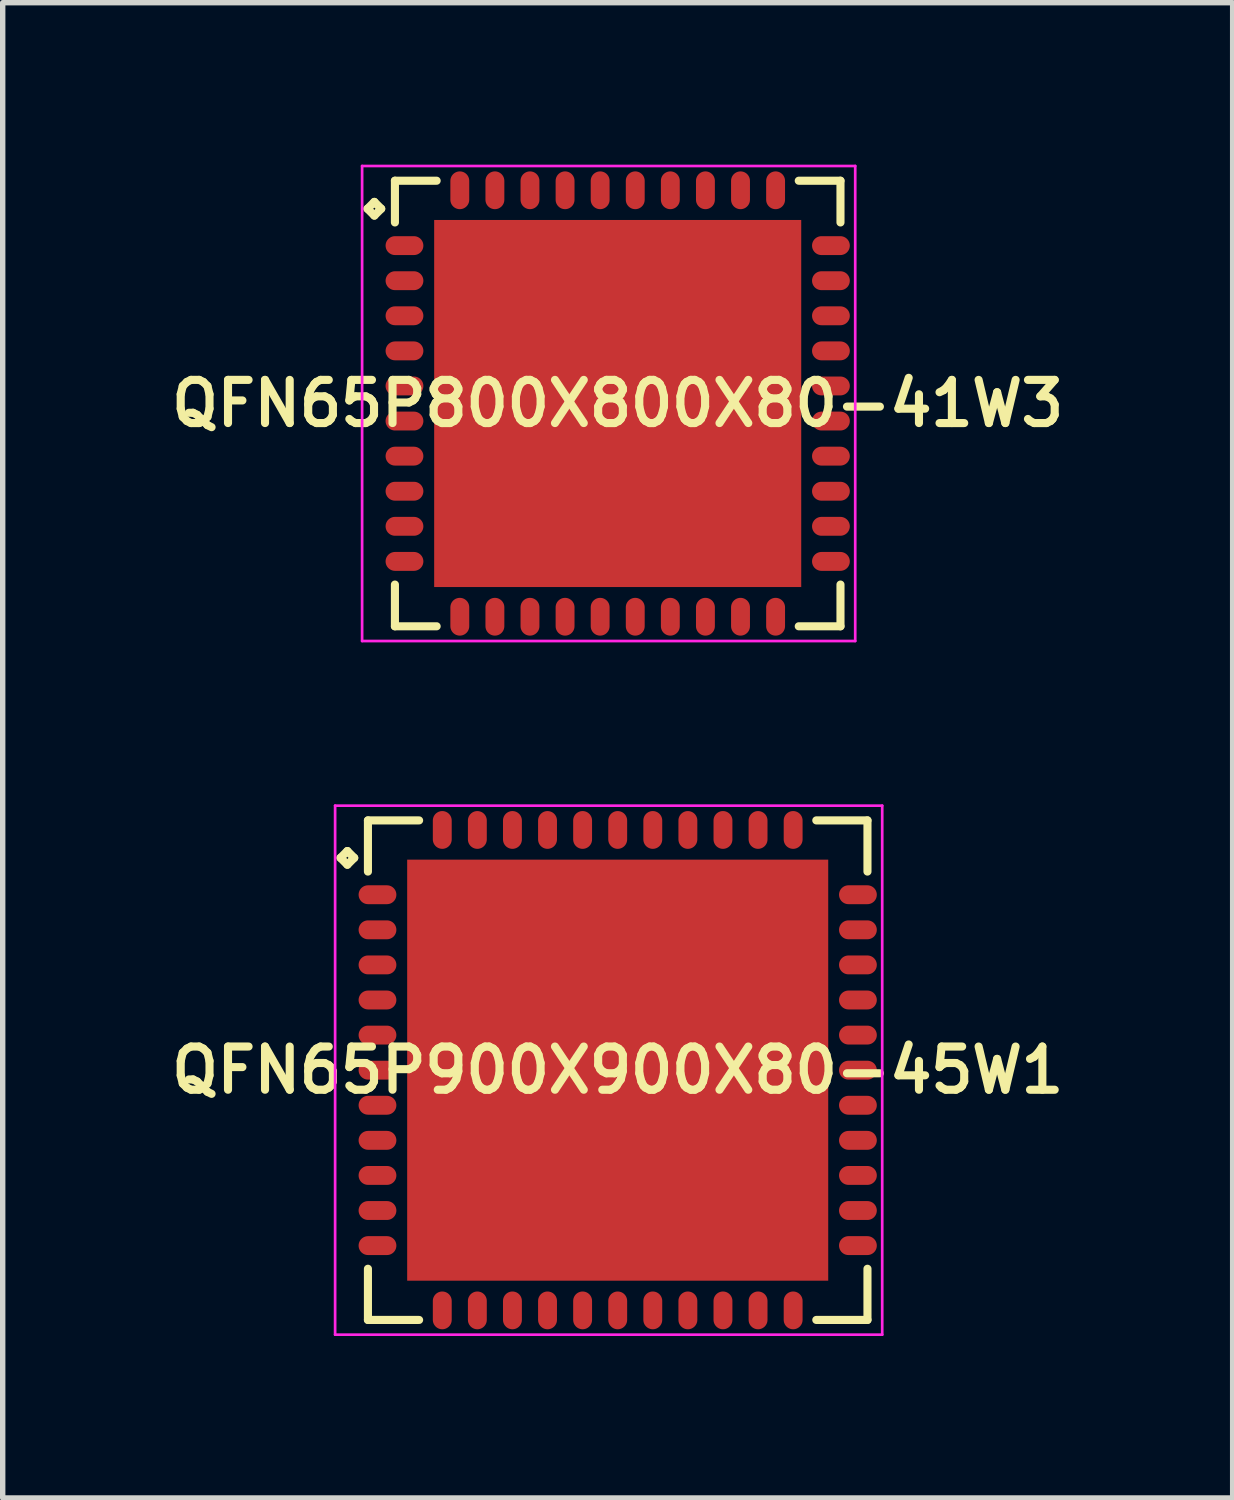
<source format=kicad_pcb>
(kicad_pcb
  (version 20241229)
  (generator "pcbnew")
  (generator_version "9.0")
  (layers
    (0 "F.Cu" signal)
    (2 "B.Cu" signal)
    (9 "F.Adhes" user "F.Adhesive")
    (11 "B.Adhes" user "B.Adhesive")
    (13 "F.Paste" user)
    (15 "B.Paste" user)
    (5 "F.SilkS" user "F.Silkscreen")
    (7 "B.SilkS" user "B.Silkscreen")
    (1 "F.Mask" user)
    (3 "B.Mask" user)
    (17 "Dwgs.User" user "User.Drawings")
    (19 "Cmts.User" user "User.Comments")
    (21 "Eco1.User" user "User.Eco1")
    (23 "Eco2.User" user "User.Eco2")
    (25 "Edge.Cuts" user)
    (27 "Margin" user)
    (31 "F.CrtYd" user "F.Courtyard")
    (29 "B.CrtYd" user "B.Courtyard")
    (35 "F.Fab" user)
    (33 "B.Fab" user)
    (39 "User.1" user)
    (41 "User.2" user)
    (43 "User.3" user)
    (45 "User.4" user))
  (footprint "QFN65P800X800X80-41W3"
    (layer "F.Cu")
    (at 8.393 4.425)
    (property "Reference" "QFN65P800X800X80-41W3" (at 0 0 0) (layer "F.SilkS") (effects (font (size 0.8 0.8) (thickness 0.15))))
    (attr smd)
    (fp_line (start -4.635 -3.608) (end -4.508 -3.735) (stroke (width 0.15) (type solid)) (layer "F.SilkS"))
    (fp_line (start -4.508 -3.735) (end -4.381 -3.608) (stroke (width 0.15) (type solid)) (layer "F.SilkS"))
    (fp_line (start -4.508 -3.481) (end -4.635 -3.608) (stroke (width 0.15) (type solid)) (layer "F.SilkS"))
    (fp_line (start -4.381 -3.608) (end -4.508 -3.481) (stroke (width 0.15) (type solid)) (layer "F.SilkS"))
    (fp_line (start -4.127 -4.127) (end -3.354 -4.127) (stroke (width 0.15) (type solid)) (layer "F.SilkS"))
    (fp_line (start -4.127 -3.354) (end -4.127 -4.127) (stroke (width 0.15) (type solid)) (layer "F.SilkS"))
    (fp_line (start -4.127 3.354) (end -4.127 4.127) (stroke (width 0.15) (type solid)) (layer "F.SilkS"))
    (fp_line (start -4.127 4.127) (end -3.354 4.127) (stroke (width 0.15) (type solid)) (layer "F.SilkS"))
    (fp_line (start 3.354 -4.127) (end 4.127 -4.127) (stroke (width 0.15) (type solid)) (layer "F.SilkS"))
    (fp_line (start 3.354 4.127) (end 4.127 4.127) (stroke (width 0.15) (type solid)) (layer "F.SilkS"))
    (fp_line (start 4.127 -4.127) (end 4.127 -3.354) (stroke (width 0.15) (type solid)) (layer "F.SilkS"))
    (fp_line (start 4.127 4.127) (end 4.127 3.354) (stroke (width 0.15) (type solid)) (layer "F.SilkS"))
    (fp_line (start -4.735 -4.4) (end 4.4 -4.4) (stroke (width 0.05) (type solid)) (layer "F.CrtYd"))
    (fp_line (start -4.735 4.4) (end -4.735 -4.4) (stroke (width 0.05) (type solid)) (layer "F.CrtYd"))
    (fp_line (start 4.4 -4.4) (end 4.4 4.4) (stroke (width 0.05) (type solid)) (layer "F.CrtYd"))
    (fp_line (start 4.4 4.4) (end -4.735 4.4) (stroke (width 0.05) (type solid)) (layer "F.CrtYd"))
    (pad "1" smd oval (at -3.95 -2.925) (size 0.7 0.35) (layers "F.Cu" "F.Mask" "F.Paste"))
    (pad "2" smd oval (at -3.95 -2.275) (size 0.7 0.35) (layers "F.Cu" "F.Mask" "F.Paste"))
    (pad "3" smd oval (at -3.95 -1.625) (size 0.7 0.35) (layers "F.Cu" "F.Mask" "F.Paste"))
    (pad "4" smd oval (at -3.95 -0.975) (size 0.7 0.35) (layers "F.Cu" "F.Mask" "F.Paste"))
    (pad "5" smd oval (at -3.95 -0.325) (size 0.7 0.35) (layers "F.Cu" "F.Mask" "F.Paste"))
    (pad "6" smd oval (at -3.95 0.325) (size 0.7 0.35) (layers "F.Cu" "F.Mask" "F.Paste"))
    (pad "7" smd oval (at -3.95 0.975) (size 0.7 0.35) (layers "F.Cu" "F.Mask" "F.Paste"))
    (pad "8" smd oval (at -3.95 1.625) (size 0.7 0.35) (layers "F.Cu" "F.Mask" "F.Paste"))
    (pad "9" smd oval (at -3.95 2.275) (size 0.7 0.35) (layers "F.Cu" "F.Mask" "F.Paste"))
    (pad "10" smd oval (at -3.95 2.925) (size 0.7 0.35) (layers "F.Cu" "F.Mask" "F.Paste"))
    (pad "11" smd oval (at -2.925 3.95) (size 0.35 0.7) (layers "F.Cu" "F.Mask" "F.Paste"))
    (pad "12" smd oval (at -2.275 3.95) (size 0.35 0.7) (layers "F.Cu" "F.Mask" "F.Paste"))
    (pad "13" smd oval (at -1.625 3.95) (size 0.35 0.7) (layers "F.Cu" "F.Mask" "F.Paste"))
    (pad "14" smd oval (at -0.975 3.95) (size 0.35 0.7) (layers "F.Cu" "F.Mask" "F.Paste"))
    (pad "15" smd oval (at -0.325 3.95) (size 0.35 0.7) (layers "F.Cu" "F.Mask" "F.Paste"))
    (pad "16" smd oval (at 0.325 3.95) (size 0.35 0.7) (layers "F.Cu" "F.Mask" "F.Paste"))
    (pad "17" smd oval (at 0.975 3.95) (size 0.35 0.7) (layers "F.Cu" "F.Mask" "F.Paste"))
    (pad "18" smd oval (at 1.625 3.95) (size 0.35 0.7) (layers "F.Cu" "F.Mask" "F.Paste"))
    (pad "19" smd oval (at 2.275 3.95) (size 0.35 0.7) (layers "F.Cu" "F.Mask" "F.Paste"))
    (pad "20" smd oval (at 2.925 3.95) (size 0.35 0.7) (layers "F.Cu" "F.Mask" "F.Paste"))
    (pad "21" smd oval (at 3.95 2.925) (size 0.7 0.35) (layers "F.Cu" "F.Mask" "F.Paste"))
    (pad "22" smd oval (at 3.95 2.275) (size 0.7 0.35) (layers "F.Cu" "F.Mask" "F.Paste"))
    (pad "23" smd oval (at 3.95 1.625) (size 0.7 0.35) (layers "F.Cu" "F.Mask" "F.Paste"))
    (pad "24" smd oval (at 3.95 0.975) (size 0.7 0.35) (layers "F.Cu" "F.Mask" "F.Paste"))
    (pad "25" smd oval (at 3.95 0.325) (size 0.7 0.35) (layers "F.Cu" "F.Mask" "F.Paste"))
    (pad "26" smd oval (at 3.95 -0.325) (size 0.7 0.35) (layers "F.Cu" "F.Mask" "F.Paste"))
    (pad "27" smd oval (at 3.95 -0.975) (size 0.7 0.35) (layers "F.Cu" "F.Mask" "F.Paste"))
    (pad "28" smd oval (at 3.95 -1.625) (size 0.7 0.35) (layers "F.Cu" "F.Mask" "F.Paste"))
    (pad "29" smd oval (at 3.95 -2.275) (size 0.7 0.35) (layers "F.Cu" "F.Mask" "F.Paste"))
    (pad "30" smd oval (at 3.95 -2.925) (size 0.7 0.35) (layers "F.Cu" "F.Mask" "F.Paste"))
    (pad "31" smd oval (at 2.925 -3.95) (size 0.35 0.7) (layers "F.Cu" "F.Mask" "F.Paste"))
    (pad "32" smd oval (at 2.275 -3.95) (size 0.35 0.7) (layers "F.Cu" "F.Mask" "F.Paste"))
    (pad "33" smd oval (at 1.625 -3.95) (size 0.35 0.7) (layers "F.Cu" "F.Mask" "F.Paste"))
    (pad "34" smd oval (at 0.975 -3.95) (size 0.35 0.7) (layers "F.Cu" "F.Mask" "F.Paste"))
    (pad "35" smd oval (at 0.325 -3.95) (size 0.35 0.7) (layers "F.Cu" "F.Mask" "F.Paste"))
    (pad "36" smd oval (at -0.325 -3.95) (size 0.35 0.7) (layers "F.Cu" "F.Mask" "F.Paste"))
    (pad "37" smd oval (at -0.975 -3.95) (size 0.35 0.7) (layers "F.Cu" "F.Mask" "F.Paste"))
    (pad "38" smd oval (at -1.625 -3.95) (size 0.35 0.7) (layers "F.Cu" "F.Mask" "F.Paste"))
    (pad "39" smd oval (at -2.275 -3.95) (size 0.35 0.7) (layers "F.Cu" "F.Mask" "F.Paste"))
    (pad "40" smd oval (at -2.925 -3.95) (size 0.35 0.7) (layers "F.Cu" "F.Mask" "F.Paste"))
    (pad "41" smd rect (at 0 0) (size 6.8 6.8) (layers "F.Cu" "F.Mask" "F.Paste")))
  (footprint "QFN65P900X900X80-45W1"
    (layer "F.Cu")
    (at 8.393 16.775)
    (property "Reference" "QFN65P900X900X80-45W1" (at 0 0 0) (layer "F.SilkS") (effects (font (size 0.8 0.8) (thickness 0.15))))
    (attr smd)
    (fp_line (start -5.135 -3.933) (end -5.008 -4.06) (stroke (width 0.15) (type solid)) (layer "F.SilkS"))
    (fp_line (start -5.008 -4.06) (end -4.881 -3.933) (stroke (width 0.15) (type solid)) (layer "F.SilkS"))
    (fp_line (start -5.008 -3.806) (end -5.135 -3.933) (stroke (width 0.15) (type solid)) (layer "F.SilkS"))
    (fp_line (start -4.881 -3.933) (end -5.008 -3.806) (stroke (width 0.15) (type solid)) (layer "F.SilkS"))
    (fp_line (start -4.627 -4.627) (end -3.679 -4.627) (stroke (width 0.15) (type solid)) (layer "F.SilkS"))
    (fp_line (start -4.627 -3.679) (end -4.627 -4.627) (stroke (width 0.15) (type solid)) (layer "F.SilkS"))
    (fp_line (start -4.627 3.679) (end -4.627 4.627) (stroke (width 0.15) (type solid)) (layer "F.SilkS"))
    (fp_line (start -4.627 4.627) (end -3.679 4.627) (stroke (width 0.15) (type solid)) (layer "F.SilkS"))
    (fp_line (start 3.679 -4.627) (end 4.627 -4.627) (stroke (width 0.15) (type solid)) (layer "F.SilkS"))
    (fp_line (start 3.679 4.627) (end 4.627 4.627) (stroke (width 0.15) (type solid)) (layer "F.SilkS"))
    (fp_line (start 4.627 -4.627) (end 4.627 -3.679) (stroke (width 0.15) (type solid)) (layer "F.SilkS"))
    (fp_line (start 4.627 4.627) (end 4.627 3.679) (stroke (width 0.15) (type solid)) (layer "F.SilkS"))
    (fp_line (start -5.235 -4.9) (end 4.9 -4.9) (stroke (width 0.05) (type solid)) (layer "F.CrtYd"))
    (fp_line (start -5.235 4.9) (end -5.235 -4.9) (stroke (width 0.05) (type solid)) (layer "F.CrtYd"))
    (fp_line (start 4.9 -4.9) (end 4.9 4.9) (stroke (width 0.05) (type solid)) (layer "F.CrtYd"))
    (fp_line (start 4.9 4.9) (end -5.235 4.9) (stroke (width 0.05) (type solid)) (layer "F.CrtYd"))
    (pad "1" smd oval (at -4.45 -3.25) (size 0.7 0.35) (layers "F.Cu" "F.Mask" "F.Paste"))
    (pad "2" smd oval (at -4.45 -2.6) (size 0.7 0.35) (layers "F.Cu" "F.Mask" "F.Paste"))
    (pad "3" smd oval (at -4.45 -1.95) (size 0.7 0.35) (layers "F.Cu" "F.Mask" "F.Paste"))
    (pad "4" smd oval (at -4.45 -1.3) (size 0.7 0.35) (layers "F.Cu" "F.Mask" "F.Paste"))
    (pad "5" smd oval (at -4.45 -0.65) (size 0.7 0.35) (layers "F.Cu" "F.Mask" "F.Paste"))
    (pad "6" smd oval (at -4.45 0) (size 0.7 0.35) (layers "F.Cu" "F.Mask" "F.Paste"))
    (pad "7" smd oval (at -4.45 0.65) (size 0.7 0.35) (layers "F.Cu" "F.Mask" "F.Paste"))
    (pad "8" smd oval (at -4.45 1.3) (size 0.7 0.35) (layers "F.Cu" "F.Mask" "F.Paste"))
    (pad "9" smd oval (at -4.45 1.95) (size 0.7 0.35) (layers "F.Cu" "F.Mask" "F.Paste"))
    (pad "10" smd oval (at -4.45 2.6) (size 0.7 0.35) (layers "F.Cu" "F.Mask" "F.Paste"))
    (pad "11" smd oval (at -4.45 3.25) (size 0.7 0.35) (layers "F.Cu" "F.Mask" "F.Paste"))
    (pad "12" smd oval (at -3.25 4.45) (size 0.35 0.7) (layers "F.Cu" "F.Mask" "F.Paste"))
    (pad "13" smd oval (at -2.6 4.45) (size 0.35 0.7) (layers "F.Cu" "F.Mask" "F.Paste"))
    (pad "14" smd oval (at -1.95 4.45) (size 0.35 0.7) (layers "F.Cu" "F.Mask" "F.Paste"))
    (pad "15" smd oval (at -1.3 4.45) (size 0.35 0.7) (layers "F.Cu" "F.Mask" "F.Paste"))
    (pad "16" smd oval (at -0.65 4.45) (size 0.35 0.7) (layers "F.Cu" "F.Mask" "F.Paste"))
    (pad "17" smd oval (at 0 4.45) (size 0.35 0.7) (layers "F.Cu" "F.Mask" "F.Paste"))
    (pad "18" smd oval (at 0.65 4.45) (size 0.35 0.7) (layers "F.Cu" "F.Mask" "F.Paste"))
    (pad "19" smd oval (at 1.3 4.45) (size 0.35 0.7) (layers "F.Cu" "F.Mask" "F.Paste"))
    (pad "20" smd oval (at 1.95 4.45) (size 0.35 0.7) (layers "F.Cu" "F.Mask" "F.Paste"))
    (pad "21" smd oval (at 2.6 4.45) (size 0.35 0.7) (layers "F.Cu" "F.Mask" "F.Paste"))
    (pad "22" smd oval (at 3.25 4.45) (size 0.35 0.7) (layers "F.Cu" "F.Mask" "F.Paste"))
    (pad "23" smd oval (at 4.45 3.25) (size 0.7 0.35) (layers "F.Cu" "F.Mask" "F.Paste"))
    (pad "24" smd oval (at 4.45 2.6) (size 0.7 0.35) (layers "F.Cu" "F.Mask" "F.Paste"))
    (pad "25" smd oval (at 4.45 1.95) (size 0.7 0.35) (layers "F.Cu" "F.Mask" "F.Paste"))
    (pad "26" smd oval (at 4.45 1.3) (size 0.7 0.35) (layers "F.Cu" "F.Mask" "F.Paste"))
    (pad "27" smd oval (at 4.45 0.65) (size 0.7 0.35) (layers "F.Cu" "F.Mask" "F.Paste"))
    (pad "28" smd oval (at 4.45 0) (size 0.7 0.35) (layers "F.Cu" "F.Mask" "F.Paste"))
    (pad "29" smd oval (at 4.45 -0.65) (size 0.7 0.35) (layers "F.Cu" "F.Mask" "F.Paste"))
    (pad "30" smd oval (at 4.45 -1.3) (size 0.7 0.35) (layers "F.Cu" "F.Mask" "F.Paste"))
    (pad "31" smd oval (at 4.45 -1.95) (size 0.7 0.35) (layers "F.Cu" "F.Mask" "F.Paste"))
    (pad "32" smd oval (at 4.45 -2.6) (size 0.7 0.35) (layers "F.Cu" "F.Mask" "F.Paste"))
    (pad "33" smd oval (at 4.45 -3.25) (size 0.7 0.35) (layers "F.Cu" "F.Mask" "F.Paste"))
    (pad "34" smd oval (at 3.25 -4.45) (size 0.35 0.7) (layers "F.Cu" "F.Mask" "F.Paste"))
    (pad "35" smd oval (at 2.6 -4.45) (size 0.35 0.7) (layers "F.Cu" "F.Mask" "F.Paste"))
    (pad "36" smd oval (at 1.95 -4.45) (size 0.35 0.7) (layers "F.Cu" "F.Mask" "F.Paste"))
    (pad "37" smd oval (at 1.3 -4.45) (size 0.35 0.7) (layers "F.Cu" "F.Mask" "F.Paste"))
    (pad "38" smd oval (at 0.65 -4.45) (size 0.35 0.7) (layers "F.Cu" "F.Mask" "F.Paste"))
    (pad "39" smd oval (at 0 -4.45) (size 0.35 0.7) (layers "F.Cu" "F.Mask" "F.Paste"))
    (pad "40" smd oval (at -0.65 -4.45) (size 0.35 0.7) (layers "F.Cu" "F.Mask" "F.Paste"))
    (pad "41" smd oval (at -1.3 -4.45) (size 0.35 0.7) (layers "F.Cu" "F.Mask" "F.Paste"))
    (pad "42" smd oval (at -1.95 -4.45) (size 0.35 0.7) (layers "F.Cu" "F.Mask" "F.Paste"))
    (pad "43" smd oval (at -2.6 -4.45) (size 0.35 0.7) (layers "F.Cu" "F.Mask" "F.Paste"))
    (pad "44" smd oval (at -3.25 -4.45) (size 0.35 0.7) (layers "F.Cu" "F.Mask" "F.Paste"))
    (pad "45" smd rect (at 0 0) (size 7.8 7.8) (layers "F.Cu" "F.Mask" "F.Paste")))
  (gr_rect
    (start -3 -3)
    (end 19.785 24.7)
    (stroke (width 0.1) (type default))
    (fill no)
    (layer "Edge.Cuts")))
</source>
